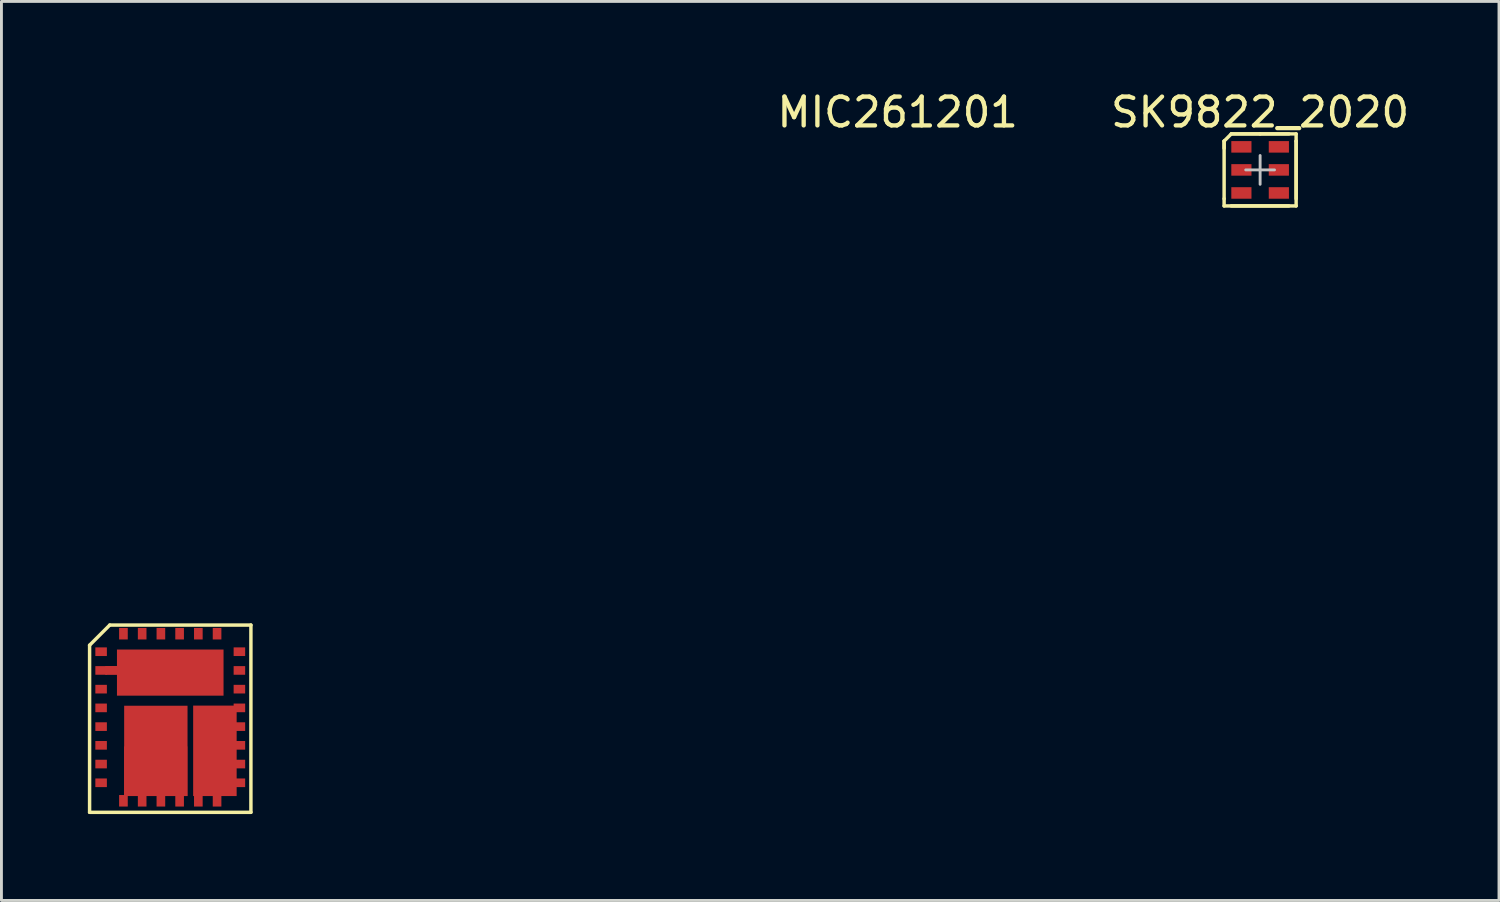
<source format=kicad_pcb>
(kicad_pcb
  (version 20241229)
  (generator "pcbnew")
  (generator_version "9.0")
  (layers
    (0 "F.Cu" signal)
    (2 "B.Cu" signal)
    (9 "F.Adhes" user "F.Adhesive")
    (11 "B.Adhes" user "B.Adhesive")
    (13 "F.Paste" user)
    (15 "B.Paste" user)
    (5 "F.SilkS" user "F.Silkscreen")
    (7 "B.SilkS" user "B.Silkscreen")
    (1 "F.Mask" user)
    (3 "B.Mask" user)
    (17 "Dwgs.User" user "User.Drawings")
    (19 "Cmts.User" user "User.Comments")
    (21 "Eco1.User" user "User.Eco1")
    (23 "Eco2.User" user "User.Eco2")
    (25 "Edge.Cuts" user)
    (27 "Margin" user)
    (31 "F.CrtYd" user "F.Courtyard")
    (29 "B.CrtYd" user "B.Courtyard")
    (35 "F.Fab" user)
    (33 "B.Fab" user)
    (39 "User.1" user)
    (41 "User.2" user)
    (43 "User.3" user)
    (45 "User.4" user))
  (footprint "SK9822_2020"
    (layer "F.Cu")
    (at 40.693 2.848)
    (property "Reference" "SK9822_2020" (at 0 -2 0) (unlocked yes) (layer "F.SilkS") (effects (font (size 1 1) (thickness 0.15))))
    (attr smd)
    (fp_line (start -1.25 -1) (end -1 -1.25) (stroke (width 0.12) (type solid)) (layer "F.SilkS"))
    (fp_line (start -1.25 -0.75) (end -1.25 -1) (stroke (width 0.12) (type solid)) (layer "F.SilkS"))
    (fp_line (start -1.25 1) (end -1.25 -1) (stroke (width 0.12) (type solid)) (layer "F.SilkS"))
    (fp_line (start -1.25 1.25) (end -1.25 1) (stroke (width 0.12) (type solid)) (layer "F.SilkS"))
    (fp_line (start -1 -1.25) (end 0 -1.25) (stroke (width 0.12) (type solid)) (layer "F.SilkS"))
    (fp_line (start -1 -1.25) (end 1.25 -1.25) (stroke (width 0.12) (type solid)) (layer "F.SilkS"))
    (fp_line (start 0 -1.25) (end 1 -1.25) (stroke (width 0.12) (type solid)) (layer "F.SilkS"))
    (fp_line (start 1 1.25) (end -1 1.25) (stroke (width 0.12) (type solid)) (layer "F.SilkS"))
    (fp_line (start 1.25 -1.25) (end 1.25 -1) (stroke (width 0.12) (type solid)) (layer "F.SilkS"))
    (fp_line (start 1.25 -1) (end 1.25 1) (stroke (width 0.12) (type solid)) (layer "F.SilkS"))
    (fp_line (start 1.25 -1) (end 1.25 1.25) (stroke (width 0.12) (type solid)) (layer "F.SilkS"))
    (fp_line (start 1.25 1.25) (end -1.25 1.25) (stroke (width 0.12) (type solid)) (layer "F.SilkS"))
    (fp_line (start -0.5 0) (end 0.5 0) (stroke (width 0.1) (type solid)) (layer "Dwgs.User"))
    (fp_line (start 0 -0.5) (end 0 0.5) (stroke (width 0.1) (type solid)) (layer "Dwgs.User"))
    (pad "1" smd rect (at -0.65 -0.8) (size 0.7 0.4) (layers "F.Cu" "F.Mask" "F.Paste"))
    (pad "2" smd rect (at -0.65 0) (size 0.7 0.4) (layers "F.Cu" "F.Mask" "F.Paste"))
    (pad "3" smd rect (at -0.65 0.8) (size 0.7 0.4) (layers "F.Cu" "F.Mask" "F.Paste"))
    (pad "4" smd rect (at 0.65 0.8) (size 0.7 0.4) (layers "F.Cu" "F.Mask" "F.Paste"))
    (pad "5" smd rect (at 0.65 0) (size 0.7 0.4) (layers "F.Cu" "F.Mask" "F.Paste"))
    (pad "6" smd rect (at 0.65 -0.8) (size 0.7 0.4) (layers "F.Cu" "F.Mask" "F.Paste")))
  (footprint "MIC261201"
    (layer "F.Cu")
    (at 2.86 21.848)
    (property "Reference" "MIC261201" (at 25.25 -21 0) (unlocked yes) (layer "F.SilkS") (effects (font (size 1 1) (thickness 0.15))))
    (attr smd)
    (fp_line (start -2.8 -2.5) (end -2.1 -3.2) (stroke (width 0.12) (type solid)) (layer "F.SilkS"))
    (fp_line (start -2.8 3.3) (end -2.8 -2.5) (stroke (width 0.12) (type solid)) (layer "F.SilkS"))
    (fp_line (start -2.1 -3.2) (end 2.8 -3.2) (stroke (width 0.12) (type solid)) (layer "F.SilkS"))
    (fp_line (start 2.8 -3.2) (end 2.8 3.3) (stroke (width 0.12) (type solid)) (layer "F.SilkS"))
    (fp_line (start 2.8 3.3) (end -2.8 3.3) (stroke (width 0.12) (type solid)) (layer "F.SilkS"))
    (pad "1" smd rect (at -2.4 -2.275) (size 0.4 0.3) (layers "F.Cu" "F.Mask" "F.Paste"))
    (pad "2" smd rect (at -2.4 -1.625) (size 0.4 0.3) (layers "F.Cu" "F.Mask" "F.Paste"))
    (pad "2" smd custom (at 0 -1.55) (size 3.7 1.6) (layers "F.Cu" "F.Mask" "F.Paste") (options (anchor rect)) (primitives (gr_poly (pts (xy 0 0.075) (xy -2.25 0.075) (xy -2.25 -0.225) (xy 0 -0.225)) (width 0.01) (fill yes))))
    (pad "3" smd rect (at -2.4 -0.975) (size 0.4 0.3) (layers "F.Cu" "F.Mask" "F.Paste"))
    (pad "4" smd rect (at -2.4 -0.325) (size 0.4 0.3) (layers "F.Cu" "F.Mask" "F.Paste"))
    (pad "5" smd rect (at -2.4 0.325) (size 0.4 0.3) (layers "F.Cu" "F.Mask" "F.Paste"))
    (pad "6" smd rect (at -2.4 0.975) (size 0.4 0.3) (layers "F.Cu" "F.Mask" "F.Paste"))
    (pad "7" smd rect (at -2.4 1.625) (size 0.4 0.3) (layers "F.Cu" "F.Mask" "F.Paste"))
    (pad "8" smd rect (at -2.4 2.275) (size 0.4 0.3) (layers "F.Cu" "F.Mask" "F.Paste"))
    (pad "9" smd rect (at -1.625 2.9 90) (size 0.4 0.3) (layers "F.Cu" "F.Mask" "F.Paste"))
    (pad "9" smd custom (at -0.5 1.015) (size 2.2 2.83) (layers "F.Cu" "F.Mask" "F.Paste") (options (anchor rect)) (primitives (gr_poly (pts (xy 1.1 1.715) (xy -1.1 1.715) (xy -1.1 0) (xy 1.1 0)) (width 0.01) (fill yes))))
    (pad "10" smd rect (at -0.975 2.9 90) (size 0.4 0.3) (layers "F.Cu" "F.Mask" "F.Paste"))
    (pad "11" smd rect (at -0.325 2.9 90) (size 0.4 0.3) (layers "F.Cu" "F.Mask" "F.Paste"))
    (pad "12" smd rect (at 0.325 2.9 90) (size 0.4 0.3) (layers "F.Cu" "F.Mask" "F.Paste"))
    (pad "13" smd rect (at 0.975 2.9 90) (size 0.4 0.3) (layers "F.Cu" "F.Mask" "F.Paste"))
    (pad "13" smd custom (at 1.4 1.015) (size 0.9 2.83) (layers "F.Cu" "F.Mask" "F.Paste") (options (anchor rect)) (primitives (gr_poly (pts (xy 0.9 1.715) (xy -0.6 1.715) (xy -0.6 -1.415) (xy 0.9 -1.415)) (width 0.01) (fill yes))))
    (pad "14" smd rect (at 1.625 2.9 90) (size 0.4 0.3) (layers "F.Cu" "F.Mask" "F.Paste"))
    (pad "15" smd rect (at 2.4 2.275 180) (size 0.4 0.3) (layers "F.Cu" "F.Mask" "F.Paste"))
    (pad "16" smd rect (at 2.4 1.625 180) (size 0.4 0.3) (layers "F.Cu" "F.Mask" "F.Paste"))
    (pad "17" smd rect (at 2.4 0.975 180) (size 0.4 0.3) (layers "F.Cu" "F.Mask" "F.Paste"))
    (pad "18" smd rect (at 2.4 0.325 180) (size 0.4 0.3) (layers "F.Cu" "F.Mask" "F.Paste"))
    (pad "19" smd rect (at 2.4 -0.325 180) (size 0.4 0.3) (layers "F.Cu" "F.Mask" "F.Paste"))
    (pad "20" smd rect (at 2.4 -0.975 180) (size 0.4 0.3) (layers "F.Cu" "F.Mask" "F.Paste"))
    (pad "21" smd rect (at 2.4 -1.625 180) (size 0.4 0.3) (layers "F.Cu" "F.Mask" "F.Paste"))
    (pad "22" smd rect (at 2.4 -2.275 180) (size 0.4 0.3) (layers "F.Cu" "F.Mask" "F.Paste"))
    (pad "23" smd rect (at 1.625 -2.9 90) (size 0.4 0.3) (layers "F.Cu" "F.Mask" "F.Paste"))
    (pad "24" smd rect (at 0.975 -2.9 90) (size 0.4 0.3) (layers "F.Cu" "F.Mask" "F.Paste"))
    (pad "25" smd rect (at 0.325 -2.9 90) (size 0.4 0.3) (layers "F.Cu" "F.Mask" "F.Paste"))
    (pad "26" smd rect (at -0.325 -2.9 90) (size 0.4 0.3) (layers "F.Cu" "F.Mask" "F.Paste"))
    (pad "27" smd rect (at -0.975 -2.9 90) (size 0.4 0.3) (layers "F.Cu" "F.Mask" "F.Paste"))
    (pad "28" smd rect (at -1.625 -2.9 90) (size 0.4 0.3) (layers "F.Cu" "F.Mask" "F.Paste")))
  (gr_rect
    (start -3 -3)
    (end 48.985 28.208)
    (stroke (width 0.1) (type default))
    (fill no)
    (layer "Edge.Cuts")))
</source>
